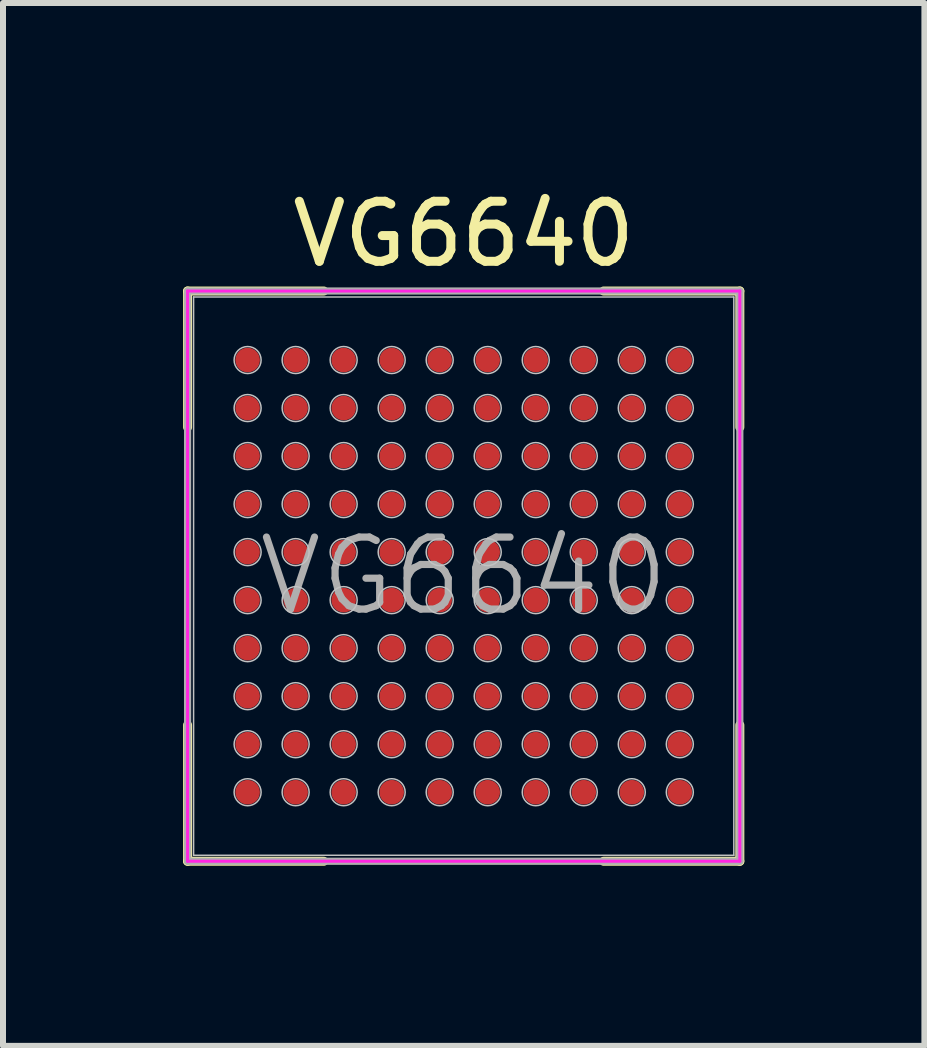
<source format=kicad_pcb>
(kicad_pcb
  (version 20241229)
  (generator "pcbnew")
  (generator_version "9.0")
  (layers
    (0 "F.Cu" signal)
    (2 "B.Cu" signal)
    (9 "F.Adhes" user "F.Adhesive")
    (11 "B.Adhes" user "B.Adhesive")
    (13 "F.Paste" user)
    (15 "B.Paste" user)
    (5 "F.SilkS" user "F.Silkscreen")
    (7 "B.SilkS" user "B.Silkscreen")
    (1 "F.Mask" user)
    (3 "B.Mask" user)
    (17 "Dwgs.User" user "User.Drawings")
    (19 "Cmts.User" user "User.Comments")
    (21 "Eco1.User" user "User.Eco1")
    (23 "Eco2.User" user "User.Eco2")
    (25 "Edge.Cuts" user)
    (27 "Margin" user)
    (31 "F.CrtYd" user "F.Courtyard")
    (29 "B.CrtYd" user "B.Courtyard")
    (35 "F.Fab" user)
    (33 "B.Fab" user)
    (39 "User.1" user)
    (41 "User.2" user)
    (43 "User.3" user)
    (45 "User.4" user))
  (footprint "VG6640"
    (layer "F.Cu")
    (at 4.675 6.548)
    (property "Reference" "VG6640" (at 0 0 0) (layer "F.Fab") (effects (font (size 1.2 1.2) (thickness 0.12))))
    (attr smd)
    (fp_line (start -4.6 -4.75) (end -2.33 -4.75) (stroke (width 0.15) (type solid)) (layer "F.SilkS"))
    (fp_line (start -4.6 -2.48) (end -4.6 -4.75) (stroke (width 0.15) (type solid)) (layer "F.SilkS"))
    (fp_line (start -4.6 2.48) (end -4.6 4.75) (stroke (width 0.15) (type solid)) (layer "F.SilkS"))
    (fp_line (start -4.6 4.75) (end -2.33 4.75) (stroke (width 0.15) (type solid)) (layer "F.SilkS"))
    (fp_line (start 4.6 -4.75) (end 2.33 -4.75) (stroke (width 0.15) (type solid)) (layer "F.SilkS"))
    (fp_line (start 4.6 -2.48) (end 4.6 -4.75) (stroke (width 0.15) (type solid)) (layer "F.SilkS"))
    (fp_line (start 4.6 2.48) (end 4.6 4.75) (stroke (width 0.15) (type solid)) (layer "F.SilkS"))
    (fp_line (start 4.6 4.75) (end 2.33 4.75) (stroke (width 0.15) (type solid)) (layer "F.SilkS"))
    (fp_line (start -4.5 -4.65) (end 4.5 -4.65) (stroke (width 0.025) (type solid)) (layer "Dwgs.User"))
    (fp_line (start -4.5 4.65) (end -4.5 -4.65) (stroke (width 0.025) (type solid)) (layer "Dwgs.User"))
    (fp_line (start 4.5 -4.65) (end 4.5 4.65) (stroke (width 0.025) (type solid)) (layer "Dwgs.User"))
    (fp_line (start 4.5 4.65) (end -4.5 4.65) (stroke (width 0.025) (type solid)) (layer "Dwgs.User"))
    (fp_circle (center -3.6 -3.6) (end -3.6 -3.375) (stroke (width 0.025) (type solid)) (fill no) (layer "Dwgs.User"))
    (fp_circle (center -3.6 -2.8) (end -3.6 -2.575) (stroke (width 0.025) (type solid)) (fill no) (layer "Dwgs.User"))
    (fp_circle (center -3.6 -2) (end -3.6 -1.775) (stroke (width 0.025) (type solid)) (fill no) (layer "Dwgs.User"))
    (fp_circle (center -3.6 -1.2) (end -3.6 -0.975) (stroke (width 0.025) (type solid)) (fill no) (layer "Dwgs.User"))
    (fp_circle (center -3.6 -0.4) (end -3.6 -0.175) (stroke (width 0.025) (type solid)) (fill no) (layer "Dwgs.User"))
    (fp_circle (center -3.6 0.4) (end -3.6 0.625) (stroke (width 0.025) (type solid)) (fill no) (layer "Dwgs.User"))
    (fp_circle (center -3.6 1.2) (end -3.6 1.425) (stroke (width 0.025) (type solid)) (fill no) (layer "Dwgs.User"))
    (fp_circle (center -3.6 2) (end -3.6 2.225) (stroke (width 0.025) (type solid)) (fill no) (layer "Dwgs.User"))
    (fp_circle (center -3.6 2.8) (end -3.6 3.025) (stroke (width 0.025) (type solid)) (fill no) (layer "Dwgs.User"))
    (fp_circle (center -3.6 3.6) (end -3.6 3.825) (stroke (width 0.025) (type solid)) (fill no) (layer "Dwgs.User"))
    (fp_circle (center -2.8 -3.6) (end -2.8 -3.375) (stroke (width 0.025) (type solid)) (fill no) (layer "Dwgs.User"))
    (fp_circle (center -2.8 -2.8) (end -2.8 -2.575) (stroke (width 0.025) (type solid)) (fill no) (layer "Dwgs.User"))
    (fp_circle (center -2.8 -2) (end -2.8 -1.775) (stroke (width 0.025) (type solid)) (fill no) (layer "Dwgs.User"))
    (fp_circle (center -2.8 -1.2) (end -2.8 -0.975) (stroke (width 0.025) (type solid)) (fill no) (layer "Dwgs.User"))
    (fp_circle (center -2.8 -0.4) (end -2.8 -0.175) (stroke (width 0.025) (type solid)) (fill no) (layer "Dwgs.User"))
    (fp_circle (center -2.8 0.4) (end -2.8 0.625) (stroke (width 0.025) (type solid)) (fill no) (layer "Dwgs.User"))
    (fp_circle (center -2.8 1.2) (end -2.8 1.425) (stroke (width 0.025) (type solid)) (fill no) (layer "Dwgs.User"))
    (fp_circle (center -2.8 2) (end -2.8 2.225) (stroke (width 0.025) (type solid)) (fill no) (layer "Dwgs.User"))
    (fp_circle (center -2.8 2.8) (end -2.8 3.025) (stroke (width 0.025) (type solid)) (fill no) (layer "Dwgs.User"))
    (fp_circle (center -2.8 3.6) (end -2.8 3.825) (stroke (width 0.025) (type solid)) (fill no) (layer "Dwgs.User"))
    (fp_circle (center -2 -3.6) (end -2 -3.375) (stroke (width 0.025) (type solid)) (fill no) (layer "Dwgs.User"))
    (fp_circle (center -2 -2.8) (end -2 -2.575) (stroke (width 0.025) (type solid)) (fill no) (layer "Dwgs.User"))
    (fp_circle (center -2 -2) (end -2 -1.775) (stroke (width 0.025) (type solid)) (fill no) (layer "Dwgs.User"))
    (fp_circle (center -2 -1.2) (end -2 -0.975) (stroke (width 0.025) (type solid)) (fill no) (layer "Dwgs.User"))
    (fp_circle (center -2 -0.4) (end -2 -0.175) (stroke (width 0.025) (type solid)) (fill no) (layer "Dwgs.User"))
    (fp_circle (center -2 0.4) (end -2 0.625) (stroke (width 0.025) (type solid)) (fill no) (layer "Dwgs.User"))
    (fp_circle (center -2 1.2) (end -2 1.425) (stroke (width 0.025) (type solid)) (fill no) (layer "Dwgs.User"))
    (fp_circle (center -2 2) (end -2 2.225) (stroke (width 0.025) (type solid)) (fill no) (layer "Dwgs.User"))
    (fp_circle (center -2 2.8) (end -2 3.025) (stroke (width 0.025) (type solid)) (fill no) (layer "Dwgs.User"))
    (fp_circle (center -2 3.6) (end -2 3.825) (stroke (width 0.025) (type solid)) (fill no) (layer "Dwgs.User"))
    (fp_circle (center -1.2 -3.6) (end -1.2 -3.375) (stroke (width 0.025) (type solid)) (fill no) (layer "Dwgs.User"))
    (fp_circle (center -1.2 -2.8) (end -1.2 -2.575) (stroke (width 0.025) (type solid)) (fill no) (layer "Dwgs.User"))
    (fp_circle (center -1.2 -2) (end -1.2 -1.775) (stroke (width 0.025) (type solid)) (fill no) (layer "Dwgs.User"))
    (fp_circle (center -1.2 -1.2) (end -1.2 -0.975) (stroke (width 0.025) (type solid)) (fill no) (layer "Dwgs.User"))
    (fp_circle (center -1.2 -0.4) (end -1.2 -0.175) (stroke (width 0.025) (type solid)) (fill no) (layer "Dwgs.User"))
    (fp_circle (center -1.2 0.4) (end -1.2 0.625) (stroke (width 0.025) (type solid)) (fill no) (layer "Dwgs.User"))
    (fp_circle (center -1.2 1.2) (end -1.2 1.425) (stroke (width 0.025) (type solid)) (fill no) (layer "Dwgs.User"))
    (fp_circle (center -1.2 2) (end -1.2 2.225) (stroke (width 0.025) (type solid)) (fill no) (layer "Dwgs.User"))
    (fp_circle (center -1.2 2.8) (end -1.2 3.025) (stroke (width 0.025) (type solid)) (fill no) (layer "Dwgs.User"))
    (fp_circle (center -1.2 3.6) (end -1.2 3.825) (stroke (width 0.025) (type solid)) (fill no) (layer "Dwgs.User"))
    (fp_circle (center -0.4 -3.6) (end -0.4 -3.375) (stroke (width 0.025) (type solid)) (fill no) (layer "Dwgs.User"))
    (fp_circle (center -0.4 -2.8) (end -0.4 -2.575) (stroke (width 0.025) (type solid)) (fill no) (layer "Dwgs.User"))
    (fp_circle (center -0.4 -2) (end -0.4 -1.775) (stroke (width 0.025) (type solid)) (fill no) (layer "Dwgs.User"))
    (fp_circle (center -0.4 -1.2) (end -0.4 -0.975) (stroke (width 0.025) (type solid)) (fill no) (layer "Dwgs.User"))
    (fp_circle (center -0.4 -0.4) (end -0.4 -0.175) (stroke (width 0.025) (type solid)) (fill no) (layer "Dwgs.User"))
    (fp_circle (center -0.4 0.4) (end -0.4 0.625) (stroke (width 0.025) (type solid)) (fill no) (layer "Dwgs.User"))
    (fp_circle (center -0.4 1.2) (end -0.4 1.425) (stroke (width 0.025) (type solid)) (fill no) (layer "Dwgs.User"))
    (fp_circle (center -0.4 2) (end -0.4 2.225) (stroke (width 0.025) (type solid)) (fill no) (layer "Dwgs.User"))
    (fp_circle (center -0.4 2.8) (end -0.4 3.025) (stroke (width 0.025) (type solid)) (fill no) (layer "Dwgs.User"))
    (fp_circle (center -0.4 3.6) (end -0.4 3.825) (stroke (width 0.025) (type solid)) (fill no) (layer "Dwgs.User"))
    (fp_circle (center 0.4 -3.6) (end 0.4 -3.375) (stroke (width 0.025) (type solid)) (fill no) (layer "Dwgs.User"))
    (fp_circle (center 0.4 -2.8) (end 0.4 -2.575) (stroke (width 0.025) (type solid)) (fill no) (layer "Dwgs.User"))
    (fp_circle (center 0.4 -2) (end 0.4 -1.775) (stroke (width 0.025) (type solid)) (fill no) (layer "Dwgs.User"))
    (fp_circle (center 0.4 -1.2) (end 0.4 -0.975) (stroke (width 0.025) (type solid)) (fill no) (layer "Dwgs.User"))
    (fp_circle (center 0.4 -0.4) (end 0.4 -0.175) (stroke (width 0.025) (type solid)) (fill no) (layer "Dwgs.User"))
    (fp_circle (center 0.4 0.4) (end 0.4 0.625) (stroke (width 0.025) (type solid)) (fill no) (layer "Dwgs.User"))
    (fp_circle (center 0.4 1.2) (end 0.4 1.425) (stroke (width 0.025) (type solid)) (fill no) (layer "Dwgs.User"))
    (fp_circle (center 0.4 2) (end 0.4 2.225) (stroke (width 0.025) (type solid)) (fill no) (layer "Dwgs.User"))
    (fp_circle (center 0.4 2.8) (end 0.4 3.025) (stroke (width 0.025) (type solid)) (fill no) (layer "Dwgs.User"))
    (fp_circle (center 0.4 3.6) (end 0.4 3.825) (stroke (width 0.025) (type solid)) (fill no) (layer "Dwgs.User"))
    (fp_circle (center 1.2 -3.6) (end 1.2 -3.375) (stroke (width 0.025) (type solid)) (fill no) (layer "Dwgs.User"))
    (fp_circle (center 1.2 -2.8) (end 1.2 -2.575) (stroke (width 0.025) (type solid)) (fill no) (layer "Dwgs.User"))
    (fp_circle (center 1.2 -2) (end 1.2 -1.775) (stroke (width 0.025) (type solid)) (fill no) (layer "Dwgs.User"))
    (fp_circle (center 1.2 -1.2) (end 1.2 -0.975) (stroke (width 0.025) (type solid)) (fill no) (layer "Dwgs.User"))
    (fp_circle (center 1.2 -0.4) (end 1.2 -0.175) (stroke (width 0.025) (type solid)) (fill no) (layer "Dwgs.User"))
    (fp_circle (center 1.2 0.4) (end 1.2 0.625) (stroke (width 0.025) (type solid)) (fill no) (layer "Dwgs.User"))
    (fp_circle (center 1.2 1.2) (end 1.2 1.425) (stroke (width 0.025) (type solid)) (fill no) (layer "Dwgs.User"))
    (fp_circle (center 1.2 2) (end 1.2 2.225) (stroke (width 0.025) (type solid)) (fill no) (layer "Dwgs.User"))
    (fp_circle (center 1.2 2.8) (end 1.2 3.025) (stroke (width 0.025) (type solid)) (fill no) (layer "Dwgs.User"))
    (fp_circle (center 1.2 3.6) (end 1.2 3.825) (stroke (width 0.025) (type solid)) (fill no) (layer "Dwgs.User"))
    (fp_circle (center 2 -3.6) (end 2 -3.375) (stroke (width 0.025) (type solid)) (fill no) (layer "Dwgs.User"))
    (fp_circle (center 2 -2.8) (end 2 -2.575) (stroke (width 0.025) (type solid)) (fill no) (layer "Dwgs.User"))
    (fp_circle (center 2 -2) (end 2 -1.775) (stroke (width 0.025) (type solid)) (fill no) (layer "Dwgs.User"))
    (fp_circle (center 2 -1.2) (end 2 -0.975) (stroke (width 0.025) (type solid)) (fill no) (layer "Dwgs.User"))
    (fp_circle (center 2 -0.4) (end 2 -0.175) (stroke (width 0.025) (type solid)) (fill no) (layer "Dwgs.User"))
    (fp_circle (center 2 0.4) (end 2 0.625) (stroke (width 0.025) (type solid)) (fill no) (layer "Dwgs.User"))
    (fp_circle (center 2 1.2) (end 2 1.425) (stroke (width 0.025) (type solid)) (fill no) (layer "Dwgs.User"))
    (fp_circle (center 2 2) (end 2 2.225) (stroke (width 0.025) (type solid)) (fill no) (layer "Dwgs.User"))
    (fp_circle (center 2 2.8) (end 2 3.025) (stroke (width 0.025) (type solid)) (fill no) (layer "Dwgs.User"))
    (fp_circle (center 2 3.6) (end 2 3.825) (stroke (width 0.025) (type solid)) (fill no) (layer "Dwgs.User"))
    (fp_circle (center 2.8 -3.6) (end 2.8 -3.375) (stroke (width 0.025) (type solid)) (fill no) (layer "Dwgs.User"))
    (fp_circle (center 2.8 -2.8) (end 2.8 -2.575) (stroke (width 0.025) (type solid)) (fill no) (layer "Dwgs.User"))
    (fp_circle (center 2.8 -2) (end 2.8 -1.775) (stroke (width 0.025) (type solid)) (fill no) (layer "Dwgs.User"))
    (fp_circle (center 2.8 -1.2) (end 2.8 -0.975) (stroke (width 0.025) (type solid)) (fill no) (layer "Dwgs.User"))
    (fp_circle (center 2.8 -0.4) (end 2.8 -0.175) (stroke (width 0.025) (type solid)) (fill no) (layer "Dwgs.User"))
    (fp_circle (center 2.8 0.4) (end 2.8 0.625) (stroke (width 0.025) (type solid)) (fill no) (layer "Dwgs.User"))
    (fp_circle (center 2.8 1.2) (end 2.8 1.425) (stroke (width 0.025) (type solid)) (fill no) (layer "Dwgs.User"))
    (fp_circle (center 2.8 2) (end 2.8 2.225) (stroke (width 0.025) (type solid)) (fill no) (layer "Dwgs.User"))
    (fp_circle (center 2.8 2.8) (end 2.8 3.025) (stroke (width 0.025) (type solid)) (fill no) (layer "Dwgs.User"))
    (fp_circle (center 2.8 3.6) (end 2.8 3.825) (stroke (width 0.025) (type solid)) (fill no) (layer "Dwgs.User"))
    (fp_circle (center 3.6 -3.6) (end 3.6 -3.375) (stroke (width 0.025) (type solid)) (fill no) (layer "Dwgs.User"))
    (fp_circle (center 3.6 -2.8) (end 3.6 -2.575) (stroke (width 0.025) (type solid)) (fill no) (layer "Dwgs.User"))
    (fp_circle (center 3.6 -2) (end 3.6 -1.775) (stroke (width 0.025) (type solid)) (fill no) (layer "Dwgs.User"))
    (fp_circle (center 3.6 -1.2) (end 3.6 -0.975) (stroke (width 0.025) (type solid)) (fill no) (layer "Dwgs.User"))
    (fp_circle (center 3.6 -0.4) (end 3.6 -0.175) (stroke (width 0.025) (type solid)) (fill no) (layer "Dwgs.User"))
    (fp_circle (center 3.6 0.4) (end 3.6 0.625) (stroke (width 0.025) (type solid)) (fill no) (layer "Dwgs.User"))
    (fp_circle (center 3.6 1.2) (end 3.6 1.425) (stroke (width 0.025) (type solid)) (fill no) (layer "Dwgs.User"))
    (fp_circle (center 3.6 2) (end 3.6 2.225) (stroke (width 0.025) (type solid)) (fill no) (layer "Dwgs.User"))
    (fp_circle (center 3.6 2.8) (end 3.6 3.025) (stroke (width 0.025) (type solid)) (fill no) (layer "Dwgs.User"))
    (fp_circle (center 3.6 3.6) (end 3.6 3.825) (stroke (width 0.025) (type solid)) (fill no) (layer "Dwgs.User"))
    (fp_line (start -4.6 -4.75) (end 4.6 -4.75) (stroke (width 0.05) (type solid)) (layer "F.CrtYd"))
    (fp_line (start -4.6 4.75) (end -4.6 -4.75) (stroke (width 0.05) (type solid)) (layer "F.CrtYd"))
    (fp_line (start 4.6 -4.75) (end 4.6 4.75) (stroke (width 0.05) (type solid)) (layer "F.CrtYd"))
    (fp_line (start 4.6 4.75) (end -4.6 4.75) (stroke (width 0.05) (type solid)) (layer "F.CrtYd"))
    (fp_line (start -4.6 -4.75) (end 4.6 -4.75) (stroke (width 0.12) (type solid)) (layer "F.Fab"))
    (fp_line (start -4.6 4.75) (end -4.6 -4.75) (stroke (width 0.12) (type solid)) (layer "F.Fab"))
    (fp_line (start 4.6 -4.75) (end 4.6 4.75) (stroke (width 0.12) (type solid)) (layer "F.Fab"))
    (fp_line (start 4.6 4.75) (end -4.6 4.75) (stroke (width 0.12) (type solid)) (layer "F.Fab"))
    (fp_text user "${REFERENCE}" (at 0 -5.7 0) (layer "F.SilkS") (effects (font (size 1 1) (thickness 0.15))))
    (pad "A1" smd circle (at -3.6 -3.6) (size 0.41 0.41) (layers "F.Cu" "F.Mask" "F.Paste"))
    (pad "A2" smd circle (at -2.8 -3.6) (size 0.41 0.41) (layers "F.Cu" "F.Mask" "F.Paste"))
    (pad "A3" smd circle (at -2 -3.6) (size 0.41 0.41) (layers "F.Cu" "F.Mask" "F.Paste"))
    (pad "A4" smd circle (at -1.2 -3.6) (size 0.41 0.41) (layers "F.Cu" "F.Mask" "F.Paste"))
    (pad "A5" smd circle (at -0.4 -3.6) (size 0.41 0.41) (layers "F.Cu" "F.Mask" "F.Paste"))
    (pad "A6" smd circle (at 0.4 -3.6) (size 0.41 0.41) (layers "F.Cu" "F.Mask" "F.Paste"))
    (pad "A7" smd circle (at 1.2 -3.6) (size 0.41 0.41) (layers "F.Cu" "F.Mask" "F.Paste"))
    (pad "A8" smd circle (at 2 -3.6) (size 0.41 0.41) (layers "F.Cu" "F.Mask" "F.Paste"))
    (pad "A9" smd circle (at 2.8 -3.6) (size 0.41 0.41) (layers "F.Cu" "F.Mask" "F.Paste"))
    (pad "A10" smd circle (at 3.6 -3.6) (size 0.41 0.41) (layers "F.Cu" "F.Mask" "F.Paste"))
    (pad "B1" smd circle (at -3.6 -2.8) (size 0.41 0.41) (layers "F.Cu" "F.Mask" "F.Paste"))
    (pad "B2" smd circle (at -2.8 -2.8) (size 0.41 0.41) (layers "F.Cu" "F.Mask" "F.Paste"))
    (pad "B3" smd circle (at -2 -2.8) (size 0.41 0.41) (layers "F.Cu" "F.Mask" "F.Paste"))
    (pad "B4" smd circle (at -1.2 -2.8) (size 0.41 0.41) (layers "F.Cu" "F.Mask" "F.Paste"))
    (pad "B5" smd circle (at -0.4 -2.8) (size 0.41 0.41) (layers "F.Cu" "F.Mask" "F.Paste"))
    (pad "B6" smd circle (at 0.4 -2.8) (size 0.41 0.41) (layers "F.Cu" "F.Mask" "F.Paste"))
    (pad "B7" smd circle (at 1.2 -2.8) (size 0.41 0.41) (layers "F.Cu" "F.Mask" "F.Paste"))
    (pad "B8" smd circle (at 2 -2.8) (size 0.41 0.41) (layers "F.Cu" "F.Mask" "F.Paste"))
    (pad "B9" smd circle (at 2.8 -2.8) (size 0.41 0.41) (layers "F.Cu" "F.Mask" "F.Paste"))
    (pad "B10" smd circle (at 3.6 -2.8) (size 0.41 0.41) (layers "F.Cu" "F.Mask" "F.Paste"))
    (pad "C1" smd circle (at -3.6 -2) (size 0.41 0.41) (layers "F.Cu" "F.Mask" "F.Paste"))
    (pad "C2" smd circle (at -2.8 -2) (size 0.41 0.41) (layers "F.Cu" "F.Mask" "F.Paste"))
    (pad "C3" smd circle (at -2 -2) (size 0.41 0.41) (layers "F.Cu" "F.Mask" "F.Paste"))
    (pad "C4" smd circle (at -1.2 -2) (size 0.41 0.41) (layers "F.Cu" "F.Mask" "F.Paste"))
    (pad "C5" smd circle (at -0.4 -2) (size 0.41 0.41) (layers "F.Cu" "F.Mask" "F.Paste"))
    (pad "C6" smd circle (at 0.4 -2) (size 0.41 0.41) (layers "F.Cu" "F.Mask" "F.Paste"))
    (pad "C7" smd circle (at 1.2 -2) (size 0.41 0.41) (layers "F.Cu" "F.Mask" "F.Paste"))
    (pad "C8" smd circle (at 2 -2) (size 0.41 0.41) (layers "F.Cu" "F.Mask" "F.Paste"))
    (pad "C9" smd circle (at 2.8 -2) (size 0.41 0.41) (layers "F.Cu" "F.Mask" "F.Paste"))
    (pad "C10" smd circle (at 3.6 -2) (size 0.41 0.41) (layers "F.Cu" "F.Mask" "F.Paste"))
    (pad "D1" smd circle (at -3.6 -1.2) (size 0.41 0.41) (layers "F.Cu" "F.Mask" "F.Paste"))
    (pad "D2" smd circle (at -2.8 -1.2) (size 0.41 0.41) (layers "F.Cu" "F.Mask" "F.Paste"))
    (pad "D3" smd circle (at -2 -1.2) (size 0.41 0.41) (layers "F.Cu" "F.Mask" "F.Paste"))
    (pad "D4" smd circle (at -1.2 -1.2) (size 0.41 0.41) (layers "F.Cu" "F.Mask" "F.Paste"))
    (pad "D5" smd circle (at -0.4 -1.2) (size 0.41 0.41) (layers "F.Cu" "F.Mask" "F.Paste"))
    (pad "D6" smd circle (at 0.4 -1.2) (size 0.41 0.41) (layers "F.Cu" "F.Mask" "F.Paste"))
    (pad "D7" smd circle (at 1.2 -1.2) (size 0.41 0.41) (layers "F.Cu" "F.Mask" "F.Paste"))
    (pad "D8" smd circle (at 2 -1.2) (size 0.41 0.41) (layers "F.Cu" "F.Mask" "F.Paste"))
    (pad "D9" smd circle (at 2.8 -1.2) (size 0.41 0.41) (layers "F.Cu" "F.Mask" "F.Paste"))
    (pad "D10" smd circle (at 3.6 -1.2) (size 0.41 0.41) (layers "F.Cu" "F.Mask" "F.Paste"))
    (pad "E1" smd circle (at -3.6 -0.4) (size 0.41 0.41) (layers "F.Cu" "F.Mask" "F.Paste"))
    (pad "E2" smd circle (at -2.8 -0.4) (size 0.41 0.41) (layers "F.Cu" "F.Mask" "F.Paste"))
    (pad "E3" smd circle (at -2 -0.4) (size 0.41 0.41) (layers "F.Cu" "F.Mask" "F.Paste"))
    (pad "E4" smd circle (at -1.2 -0.4) (size 0.41 0.41) (layers "F.Cu" "F.Mask" "F.Paste"))
    (pad "E5" smd circle (at -0.4 -0.4) (size 0.41 0.41) (layers "F.Cu" "F.Mask" "F.Paste"))
    (pad "E6" smd circle (at 0.4 -0.4) (size 0.41 0.41) (layers "F.Cu" "F.Mask" "F.Paste"))
    (pad "E7" smd circle (at 1.2 -0.4) (size 0.41 0.41) (layers "F.Cu" "F.Mask" "F.Paste"))
    (pad "E8" smd circle (at 2 -0.4) (size 0.41 0.41) (layers "F.Cu" "F.Mask" "F.Paste"))
    (pad "E9" smd circle (at 2.8 -0.4) (size 0.41 0.41) (layers "F.Cu" "F.Mask" "F.Paste"))
    (pad "E10" smd circle (at 3.6 -0.4) (size 0.41 0.41) (layers "F.Cu" "F.Mask" "F.Paste"))
    (pad "F1" smd circle (at -3.6 0.4) (size 0.41 0.41) (layers "F.Cu" "F.Mask" "F.Paste"))
    (pad "F2" smd circle (at -2.8 0.4) (size 0.41 0.41) (layers "F.Cu" "F.Mask" "F.Paste"))
    (pad "F3" smd circle (at -2 0.4) (size 0.41 0.41) (layers "F.Cu" "F.Mask" "F.Paste"))
    (pad "F4" smd circle (at -1.2 0.4) (size 0.41 0.41) (layers "F.Cu" "F.Mask" "F.Paste"))
    (pad "F5" smd circle (at -0.4 0.4) (size 0.41 0.41) (layers "F.Cu" "F.Mask" "F.Paste"))
    (pad "F6" smd circle (at 0.4 0.4) (size 0.41 0.41) (layers "F.Cu" "F.Mask" "F.Paste"))
    (pad "F7" smd circle (at 1.2 0.4) (size 0.41 0.41) (layers "F.Cu" "F.Mask" "F.Paste"))
    (pad "F8" smd circle (at 2 0.4) (size 0.41 0.41) (layers "F.Cu" "F.Mask" "F.Paste"))
    (pad "F9" smd circle (at 2.8 0.4) (size 0.41 0.41) (layers "F.Cu" "F.Mask" "F.Paste"))
    (pad "F10" smd circle (at 3.6 0.4) (size 0.41 0.41) (layers "F.Cu" "F.Mask" "F.Paste"))
    (pad "G1" smd circle (at -3.6 1.2) (size 0.41 0.41) (layers "F.Cu" "F.Mask" "F.Paste"))
    (pad "G2" smd circle (at -2.8 1.2) (size 0.41 0.41) (layers "F.Cu" "F.Mask" "F.Paste"))
    (pad "G3" smd circle (at -2 1.2) (size 0.41 0.41) (layers "F.Cu" "F.Mask" "F.Paste"))
    (pad "G4" smd circle (at -1.2 1.2) (size 0.41 0.41) (layers "F.Cu" "F.Mask" "F.Paste"))
    (pad "G5" smd circle (at -0.4 1.2) (size 0.41 0.41) (layers "F.Cu" "F.Mask" "F.Paste"))
    (pad "G6" smd circle (at 0.4 1.2) (size 0.41 0.41) (layers "F.Cu" "F.Mask" "F.Paste"))
    (pad "G7" smd circle (at 1.2 1.2) (size 0.41 0.41) (layers "F.Cu" "F.Mask" "F.Paste"))
    (pad "G8" smd circle (at 2 1.2) (size 0.41 0.41) (layers "F.Cu" "F.Mask" "F.Paste"))
    (pad "G9" smd circle (at 2.8 1.2) (size 0.41 0.41) (layers "F.Cu" "F.Mask" "F.Paste"))
    (pad "G10" smd circle (at 3.6 1.2) (size 0.41 0.41) (layers "F.Cu" "F.Mask" "F.Paste"))
    (pad "H1" smd circle (at -3.6 2) (size 0.41 0.41) (layers "F.Cu" "F.Mask" "F.Paste"))
    (pad "H2" smd circle (at -2.8 2) (size 0.41 0.41) (layers "F.Cu" "F.Mask" "F.Paste"))
    (pad "H3" smd circle (at -2 2) (size 0.41 0.41) (layers "F.Cu" "F.Mask" "F.Paste"))
    (pad "H4" smd circle (at -1.2 2) (size 0.41 0.41) (layers "F.Cu" "F.Mask" "F.Paste"))
    (pad "H5" smd circle (at -0.4 2) (size 0.41 0.41) (layers "F.Cu" "F.Mask" "F.Paste"))
    (pad "H6" smd circle (at 0.4 2) (size 0.41 0.41) (layers "F.Cu" "F.Mask" "F.Paste"))
    (pad "H7" smd circle (at 1.2 2) (size 0.41 0.41) (layers "F.Cu" "F.Mask" "F.Paste"))
    (pad "H8" smd circle (at 2 2) (size 0.41 0.41) (layers "F.Cu" "F.Mask" "F.Paste"))
    (pad "H9" smd circle (at 2.8 2) (size 0.41 0.41) (layers "F.Cu" "F.Mask" "F.Paste"))
    (pad "H10" smd circle (at 3.6 2) (size 0.41 0.41) (layers "F.Cu" "F.Mask" "F.Paste"))
    (pad "J1" smd circle (at -3.6 2.8) (size 0.41 0.41) (layers "F.Cu" "F.Mask" "F.Paste"))
    (pad "J2" smd circle (at -2.8 2.8) (size 0.41 0.41) (layers "F.Cu" "F.Mask" "F.Paste"))
    (pad "J3" smd circle (at -2 2.8) (size 0.41 0.41) (layers "F.Cu" "F.Mask" "F.Paste"))
    (pad "J4" smd circle (at -1.2 2.8) (size 0.41 0.41) (layers "F.Cu" "F.Mask" "F.Paste"))
    (pad "J5" smd circle (at -0.4 2.8) (size 0.41 0.41) (layers "F.Cu" "F.Mask" "F.Paste"))
    (pad "J6" smd circle (at 0.4 2.8) (size 0.41 0.41) (layers "F.Cu" "F.Mask" "F.Paste"))
    (pad "J7" smd circle (at 1.2 2.8) (size 0.41 0.41) (layers "F.Cu" "F.Mask" "F.Paste"))
    (pad "J8" smd circle (at 2 2.8) (size 0.41 0.41) (layers "F.Cu" "F.Mask" "F.Paste"))
    (pad "J9" smd circle (at 2.8 2.8) (size 0.41 0.41) (layers "F.Cu" "F.Mask" "F.Paste"))
    (pad "J10" smd circle (at 3.6 2.8) (size 0.41 0.41) (layers "F.Cu" "F.Mask" "F.Paste"))
    (pad "K1" smd circle (at -3.6 3.6) (size 0.41 0.41) (layers "F.Cu" "F.Mask" "F.Paste"))
    (pad "K2" smd circle (at -2.8 3.6) (size 0.41 0.41) (layers "F.Cu" "F.Mask" "F.Paste"))
    (pad "K3" smd circle (at -2 3.6) (size 0.41 0.41) (layers "F.Cu" "F.Mask" "F.Paste"))
    (pad "K4" smd circle (at -1.2 3.6) (size 0.41 0.41) (layers "F.Cu" "F.Mask" "F.Paste"))
    (pad "K5" smd circle (at -0.4 3.6) (size 0.41 0.41) (layers "F.Cu" "F.Mask" "F.Paste"))
    (pad "K6" smd circle (at 0.4 3.6) (size 0.41 0.41) (layers "F.Cu" "F.Mask" "F.Paste"))
    (pad "K7" smd circle (at 1.2 3.6) (size 0.41 0.41) (layers "F.Cu" "F.Mask" "F.Paste"))
    (pad "K8" smd circle (at 2 3.6) (size 0.41 0.41) (layers "F.Cu" "F.Mask" "F.Paste"))
    (pad "K9" smd circle (at 2.8 3.6) (size 0.41 0.41) (layers "F.Cu" "F.Mask" "F.Paste"))
    (pad "K10" smd circle (at 3.6 3.6) (size 0.41 0.41) (layers "F.Cu" "F.Mask" "F.Paste")))
  (gr_rect
    (start -3 -3)
    (end 12.35 14.373)
    (stroke (width 0.1) (type default))
    (fill no)
    (layer "Edge.Cuts")))
</source>
